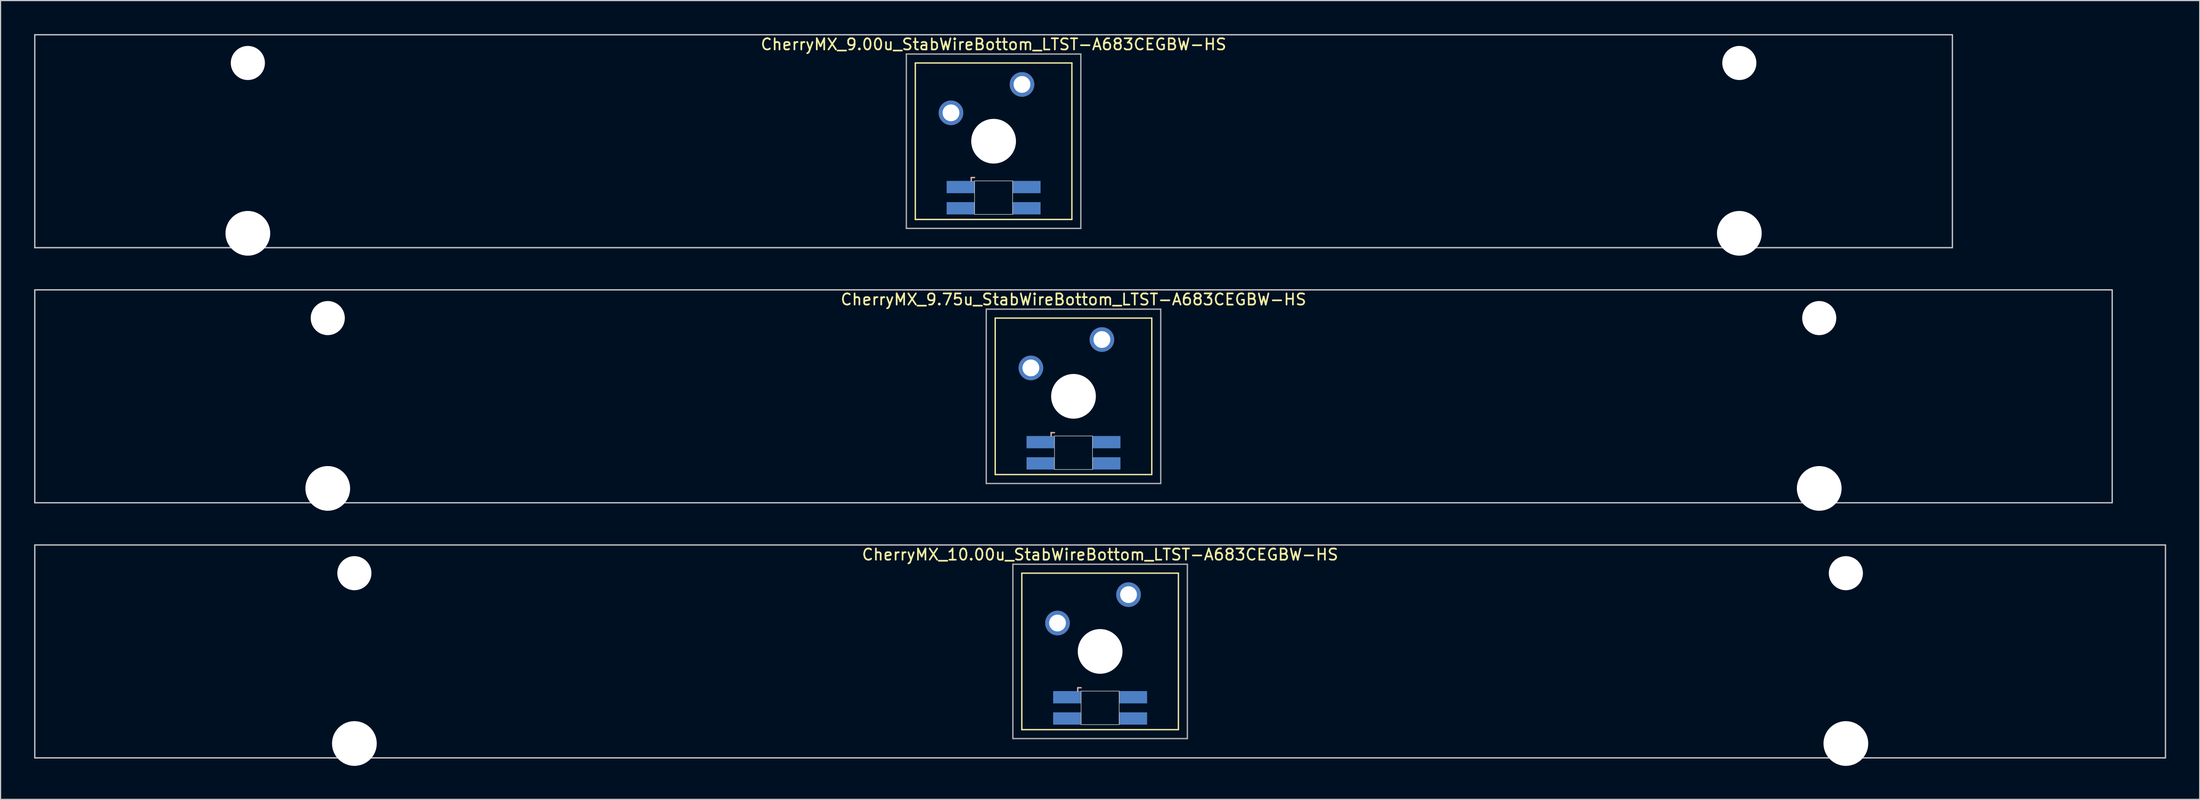
<source format=kicad_pcb>
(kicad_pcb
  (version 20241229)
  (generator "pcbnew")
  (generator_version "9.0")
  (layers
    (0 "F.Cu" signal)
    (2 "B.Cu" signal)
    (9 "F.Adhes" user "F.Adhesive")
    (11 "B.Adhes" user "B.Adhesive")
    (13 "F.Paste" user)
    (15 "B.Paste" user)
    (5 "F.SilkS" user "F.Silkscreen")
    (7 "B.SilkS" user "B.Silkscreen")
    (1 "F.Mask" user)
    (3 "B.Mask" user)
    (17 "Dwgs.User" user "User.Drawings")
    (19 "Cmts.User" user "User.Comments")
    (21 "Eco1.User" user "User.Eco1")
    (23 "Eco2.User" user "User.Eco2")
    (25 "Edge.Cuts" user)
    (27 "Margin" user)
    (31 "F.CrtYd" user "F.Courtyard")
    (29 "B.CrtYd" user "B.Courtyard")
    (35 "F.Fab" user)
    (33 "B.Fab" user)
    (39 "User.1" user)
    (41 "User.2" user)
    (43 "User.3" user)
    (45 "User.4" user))
  (footprint "CherryMX_9.00u_StabWireBottom_LTST-A683CEGBW-HS"
    (layer "F.Cu")
    (at 85.785 9.585)
    (property "Reference" "CherryMX_9.00u_StabWireBottom_LTST-A683CEGBW-HS" (at 0 -8.662 0) (layer "F.SilkS") (effects (font (size 1 1) (thickness 0.15))))
    (attr through_hole)
    (fp_line (start -7 -7) (end -7 7) (stroke (width 0.12) (type solid)) (layer "F.SilkS"))
    (fp_line (start -7 -7) (end 7 -7) (stroke (width 0.12) (type solid)) (layer "F.SilkS"))
    (fp_line (start 7 -7) (end 7 7) (stroke (width 0.12) (type solid)) (layer "F.SilkS"))
    (fp_line (start 7 7) (end -7 7) (stroke (width 0.12) (type solid)) (layer "F.SilkS"))
    (fp_line (start -2 3.25) (end -2 3.55) (stroke (width 0.12) (type solid)) (layer "B.SilkS"))
    (fp_line (start -1.7 3.25) (end -2 3.25) (stroke (width 0.12) (type solid)) (layer "B.SilkS"))
    (fp_line (start -85.725 -9.525) (end 85.725 -9.525) (stroke (width 0.12) (type solid)) (layer "Dwgs.User"))
    (fp_line (start -85.725 9.525) (end -85.725 -9.525) (stroke (width 0.12) (type solid)) (layer "Dwgs.User"))
    (fp_line (start 85.725 -9.525) (end 85.725 9.525) (stroke (width 0.12) (type solid)) (layer "Dwgs.User"))
    (fp_line (start 85.725 9.525) (end -85.725 9.525) (stroke (width 0.12) (type solid)) (layer "Dwgs.User"))
    (fp_line (start -1.7 3.55) (end 1.7 3.55) (stroke (width 0.05) (type solid)) (layer "Edge.Cuts"))
    (fp_line (start -1.7 6.55) (end -1.7 3.55) (stroke (width 0.05) (type solid)) (layer "Edge.Cuts"))
    (fp_line (start 1.7 3.55) (end 1.7 6.55) (stroke (width 0.05) (type solid)) (layer "Edge.Cuts"))
    (fp_line (start 1.7 6.55) (end -1.7 6.55) (stroke (width 0.05) (type solid)) (layer "Edge.Cuts"))
    (fp_line (start -7.8 -7.8) (end -7.8 7.8) (stroke (width 0.12) (type solid)) (layer "F.Fab"))
    (fp_line (start -7.8 -7.8) (end 7.8 -7.8) (stroke (width 0.12) (type solid)) (layer "F.Fab"))
    (fp_line (start -7.8 7.8) (end 7.8 7.8) (stroke (width 0.12) (type solid)) (layer "F.Fab"))
    (fp_line (start 7.8 -7.8) (end 7.8 7.8) (stroke (width 0.12) (type solid)) (layer "F.Fab"))
    (pad "" np_thru_hole circle (at -66.675 -7) (size 3.05 3.05) (drill 3.05) (layers "*.Cu" "*.Mask"))
    (pad "" np_thru_hole circle (at -66.675 8.24) (size 4 4) (drill 4) (layers "*.Cu" "*.Mask"))
    (pad "" np_thru_hole circle (at 0 0) (size 4 4) (drill 4) (layers "*.Cu" "*.Mask"))
    (pad "" np_thru_hole circle (at 66.675 -7) (size 3.05 3.05) (drill 3.05) (layers "*.Cu" "*.Mask"))
    (pad "" np_thru_hole circle (at 66.675 8.24) (size 4 4) (drill 4) (layers "*.Cu" "*.Mask"))
    (pad "1" thru_hole circle (at -3.81 -2.54) (size 2.2 2.2) (drill 1.5) (layers "*.Cu" "*.Mask"))
    (pad "2" thru_hole circle (at 2.54 -5.08) (size 2.2 2.2) (drill 1.5) (layers "*.Cu" "*.Mask"))
    (pad "3" smd rect (at -2.95 4.1) (size 2.5 1.1) (layers "B.Cu" "B.Mask" "B.Paste"))
    (pad "4" smd rect (at -2.95 6) (size 2.5 1.1) (layers "B.Cu" "B.Mask" "B.Paste"))
    (pad "5" smd rect (at 2.95 4.1) (size 2.5 1.1) (layers "B.Cu" "B.Mask" "B.Paste"))
    (pad "6" smd rect (at 2.95 6) (size 2.5 1.1) (layers "B.Cu" "B.Mask" "B.Paste")))
  (footprint "CherryMX_9.75u_StabWireBottom_LTST-A683CEGBW-HS"
    (layer "F.Cu")
    (at 92.929 32.41)
    (property "Reference" "CherryMX_9.75u_StabWireBottom_LTST-A683CEGBW-HS" (at 0 -8.662 0) (layer "F.SilkS") (effects (font (size 1 1) (thickness 0.15))))
    (attr through_hole)
    (fp_line (start -7 -7) (end -7 7) (stroke (width 0.12) (type solid)) (layer "F.SilkS"))
    (fp_line (start -7 -7) (end 7 -7) (stroke (width 0.12) (type solid)) (layer "F.SilkS"))
    (fp_line (start 7 -7) (end 7 7) (stroke (width 0.12) (type solid)) (layer "F.SilkS"))
    (fp_line (start 7 7) (end -7 7) (stroke (width 0.12) (type solid)) (layer "F.SilkS"))
    (fp_line (start -2 3.25) (end -2 3.55) (stroke (width 0.12) (type solid)) (layer "B.SilkS"))
    (fp_line (start -1.7 3.25) (end -2 3.25) (stroke (width 0.12) (type solid)) (layer "B.SilkS"))
    (fp_line (start -92.869 -9.525) (end 92.869 -9.525) (stroke (width 0.12) (type solid)) (layer "Dwgs.User"))
    (fp_line (start -92.869 9.525) (end -92.869 -9.525) (stroke (width 0.12) (type solid)) (layer "Dwgs.User"))
    (fp_line (start 92.869 -9.525) (end 92.869 9.525) (stroke (width 0.12) (type solid)) (layer "Dwgs.User"))
    (fp_line (start 92.869 9.525) (end -92.869 9.525) (stroke (width 0.12) (type solid)) (layer "Dwgs.User"))
    (fp_line (start -1.7 3.55) (end 1.7 3.55) (stroke (width 0.05) (type solid)) (layer "Edge.Cuts"))
    (fp_line (start -1.7 6.55) (end -1.7 3.55) (stroke (width 0.05) (type solid)) (layer "Edge.Cuts"))
    (fp_line (start 1.7 3.55) (end 1.7 6.55) (stroke (width 0.05) (type solid)) (layer "Edge.Cuts"))
    (fp_line (start 1.7 6.55) (end -1.7 6.55) (stroke (width 0.05) (type solid)) (layer "Edge.Cuts"))
    (fp_line (start -7.8 -7.8) (end -7.8 7.8) (stroke (width 0.12) (type solid)) (layer "F.Fab"))
    (fp_line (start -7.8 -7.8) (end 7.8 -7.8) (stroke (width 0.12) (type solid)) (layer "F.Fab"))
    (fp_line (start -7.8 7.8) (end 7.8 7.8) (stroke (width 0.12) (type solid)) (layer "F.Fab"))
    (fp_line (start 7.8 -7.8) (end 7.8 7.8) (stroke (width 0.12) (type solid)) (layer "F.Fab"))
    (pad "" np_thru_hole circle (at -66.675 -7) (size 3.05 3.05) (drill 3.05) (layers "*.Cu" "*.Mask"))
    (pad "" np_thru_hole circle (at -66.675 8.24) (size 4 4) (drill 4) (layers "*.Cu" "*.Mask"))
    (pad "" np_thru_hole circle (at 0 0) (size 4 4) (drill 4) (layers "*.Cu" "*.Mask"))
    (pad "" np_thru_hole circle (at 66.675 -7) (size 3.05 3.05) (drill 3.05) (layers "*.Cu" "*.Mask"))
    (pad "" np_thru_hole circle (at 66.675 8.24) (size 4 4) (drill 4) (layers "*.Cu" "*.Mask"))
    (pad "1" thru_hole circle (at -3.81 -2.54) (size 2.2 2.2) (drill 1.5) (layers "*.Cu" "*.Mask"))
    (pad "2" thru_hole circle (at 2.54 -5.08) (size 2.2 2.2) (drill 1.5) (layers "*.Cu" "*.Mask"))
    (pad "3" smd rect (at -2.95 4.1) (size 2.5 1.1) (layers "B.Cu" "B.Mask" "B.Paste"))
    (pad "4" smd rect (at -2.95 6) (size 2.5 1.1) (layers "B.Cu" "B.Mask" "B.Paste"))
    (pad "5" smd rect (at 2.95 4.1) (size 2.5 1.1) (layers "B.Cu" "B.Mask" "B.Paste"))
    (pad "6" smd rect (at 2.95 6) (size 2.5 1.1) (layers "B.Cu" "B.Mask" "B.Paste")))
  (footprint "CherryMX_10.00u_StabWireBottom_LTST-A683CEGBW-HS"
    (layer "F.Cu")
    (at 95.31 55.235)
    (property "Reference" "CherryMX_10.00u_StabWireBottom_LTST-A683CEGBW-HS" (at 0 -8.662 0) (layer "F.SilkS") (effects (font (size 1 1) (thickness 0.15))))
    (attr through_hole)
    (fp_line (start -7 -7) (end -7 7) (stroke (width 0.12) (type solid)) (layer "F.SilkS"))
    (fp_line (start -7 -7) (end 7 -7) (stroke (width 0.12) (type solid)) (layer "F.SilkS"))
    (fp_line (start 7 -7) (end 7 7) (stroke (width 0.12) (type solid)) (layer "F.SilkS"))
    (fp_line (start 7 7) (end -7 7) (stroke (width 0.12) (type solid)) (layer "F.SilkS"))
    (fp_line (start -2 3.25) (end -2 3.55) (stroke (width 0.12) (type solid)) (layer "B.SilkS"))
    (fp_line (start -1.7 3.25) (end -2 3.25) (stroke (width 0.12) (type solid)) (layer "B.SilkS"))
    (fp_line (start -95.25 -9.525) (end 95.25 -9.525) (stroke (width 0.12) (type solid)) (layer "Dwgs.User"))
    (fp_line (start -95.25 9.525) (end -95.25 -9.525) (stroke (width 0.12) (type solid)) (layer "Dwgs.User"))
    (fp_line (start 95.25 -9.525) (end 95.25 9.525) (stroke (width 0.12) (type solid)) (layer "Dwgs.User"))
    (fp_line (start 95.25 9.525) (end -95.25 9.525) (stroke (width 0.12) (type solid)) (layer "Dwgs.User"))
    (fp_line (start -1.7 3.55) (end 1.7 3.55) (stroke (width 0.05) (type solid)) (layer "Edge.Cuts"))
    (fp_line (start -1.7 6.55) (end -1.7 3.55) (stroke (width 0.05) (type solid)) (layer "Edge.Cuts"))
    (fp_line (start 1.7 3.55) (end 1.7 6.55) (stroke (width 0.05) (type solid)) (layer "Edge.Cuts"))
    (fp_line (start 1.7 6.55) (end -1.7 6.55) (stroke (width 0.05) (type solid)) (layer "Edge.Cuts"))
    (fp_line (start -7.8 -7.8) (end -7.8 7.8) (stroke (width 0.12) (type solid)) (layer "F.Fab"))
    (fp_line (start -7.8 -7.8) (end 7.8 -7.8) (stroke (width 0.12) (type solid)) (layer "F.Fab"))
    (fp_line (start -7.8 7.8) (end 7.8 7.8) (stroke (width 0.12) (type solid)) (layer "F.Fab"))
    (fp_line (start 7.8 -7.8) (end 7.8 7.8) (stroke (width 0.12) (type solid)) (layer "F.Fab"))
    (pad "" np_thru_hole circle (at -66.675 -7) (size 3.05 3.05) (drill 3.05) (layers "*.Cu" "*.Mask"))
    (pad "" np_thru_hole circle (at -66.675 8.24) (size 4 4) (drill 4) (layers "*.Cu" "*.Mask"))
    (pad "" np_thru_hole circle (at 0 0) (size 4 4) (drill 4) (layers "*.Cu" "*.Mask"))
    (pad "" np_thru_hole circle (at 66.675 -7) (size 3.05 3.05) (drill 3.05) (layers "*.Cu" "*.Mask"))
    (pad "" np_thru_hole circle (at 66.675 8.24) (size 4 4) (drill 4) (layers "*.Cu" "*.Mask"))
    (pad "1" thru_hole circle (at -3.81 -2.54) (size 2.2 2.2) (drill 1.5) (layers "*.Cu" "*.Mask"))
    (pad "2" thru_hole circle (at 2.54 -5.08) (size 2.2 2.2) (drill 1.5) (layers "*.Cu" "*.Mask"))
    (pad "3" smd rect (at -2.95 4.1) (size 2.5 1.1) (layers "B.Cu" "B.Mask" "B.Paste"))
    (pad "4" smd rect (at -2.95 6) (size 2.5 1.1) (layers "B.Cu" "B.Mask" "B.Paste"))
    (pad "5" smd rect (at 2.95 4.1) (size 2.5 1.1) (layers "B.Cu" "B.Mask" "B.Paste"))
    (pad "6" smd rect (at 2.95 6) (size 2.5 1.1) (layers "B.Cu" "B.Mask" "B.Paste")))
  (gr_rect
    (start -3 -3)
    (end 193.62 68.475)
    (stroke (width 0.1) (type default))
    (fill no)
    (layer "Edge.Cuts")))
</source>
